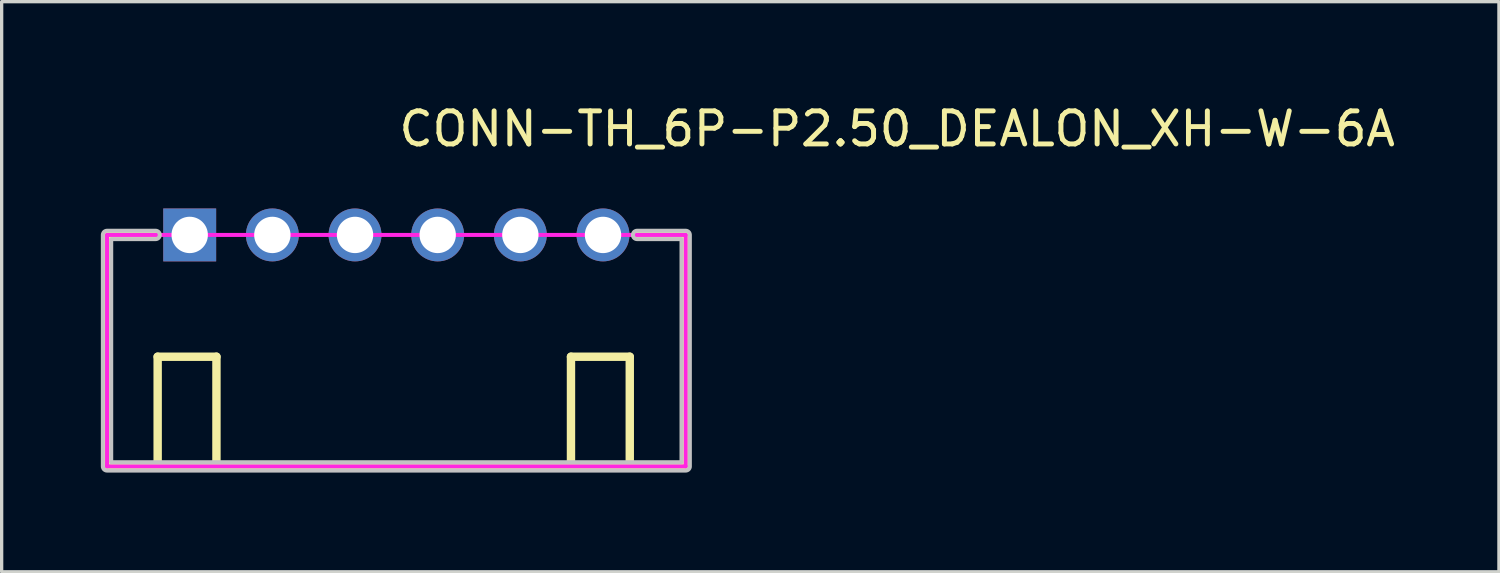
<source format=kicad_pcb>
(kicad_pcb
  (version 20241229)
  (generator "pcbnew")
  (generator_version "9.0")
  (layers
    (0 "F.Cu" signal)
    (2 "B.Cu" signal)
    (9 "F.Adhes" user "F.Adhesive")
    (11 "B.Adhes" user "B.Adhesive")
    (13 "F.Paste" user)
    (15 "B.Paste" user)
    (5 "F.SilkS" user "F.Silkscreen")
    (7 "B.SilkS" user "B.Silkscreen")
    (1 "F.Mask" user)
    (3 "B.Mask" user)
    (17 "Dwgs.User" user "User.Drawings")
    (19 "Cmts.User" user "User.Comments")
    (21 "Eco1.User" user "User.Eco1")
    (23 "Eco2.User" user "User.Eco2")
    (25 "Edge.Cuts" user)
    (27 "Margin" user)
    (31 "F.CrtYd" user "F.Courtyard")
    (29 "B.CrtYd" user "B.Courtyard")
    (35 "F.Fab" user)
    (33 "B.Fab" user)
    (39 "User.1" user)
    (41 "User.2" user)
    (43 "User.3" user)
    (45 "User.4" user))
  (footprint "CONN-TH_6P-P2.50_DEALON_XH-W-6A"
    (layer "F.Cu")
    (at 8.937 4.055)
    (property "Reference" "CONN-TH_6P-P2.50_DEALON_XH-W-6A" (at 0 -3.207 0) (layer "F.SilkS") (effects (font (size 1 1) (thickness 0.15)) (justify left)))
    (attr through_hole)
    (fp_line (start -8.75 0) (end -8.75 7) (stroke (width 0.254) (type solid)) (layer "F.SilkS"))
    (fp_line (start -8.75 7) (end 8.75 7) (stroke (width 0.254) (type solid)) (layer "F.SilkS"))
    (fp_line (start -7.281 0) (end -8.75 0) (stroke (width 0.254) (type solid)) (layer "F.SilkS"))
    (fp_line (start -7.219 3.683) (end -5.441 3.683) (stroke (width 0.254) (type solid)) (layer "F.SilkS"))
    (fp_line (start -7.219 6.985) (end -7.219 3.683) (stroke (width 0.254) (type solid)) (layer "F.SilkS"))
    (fp_line (start -5.441 3.683) (end -5.441 6.985) (stroke (width 0.254) (type solid)) (layer "F.SilkS"))
    (fp_line (start -5.441 6.985) (end -7.219 6.985) (stroke (width 0.254) (type solid)) (layer "F.SilkS"))
    (fp_line (start 5.281 3.683) (end 7.059 3.683) (stroke (width 0.254) (type solid)) (layer "F.SilkS"))
    (fp_line (start 5.281 6.985) (end 5.281 3.683) (stroke (width 0.254) (type solid)) (layer "F.SilkS"))
    (fp_line (start 7.059 3.683) (end 7.059 6.985) (stroke (width 0.254) (type solid)) (layer "F.SilkS"))
    (fp_line (start 7.059 6.985) (end 5.281 6.985) (stroke (width 0.254) (type solid)) (layer "F.SilkS"))
    (fp_line (start 8.75 0) (end 7.281 0) (stroke (width 0.254) (type solid)) (layer "F.SilkS"))
    (fp_line (start 8.75 7) (end 8.75 0) (stroke (width 0.254) (type solid)) (layer "F.SilkS"))
    (fp_poly (pts (xy -7.281 0.127) (xy -8.623 0.127) (xy -8.623 6.873) (xy 8.623 6.873) (xy 8.623 0.127) (xy 7.281 0.127) (xy 7.256 0.125) (xy 7.232 0.117) (xy 7.211 0.106) (xy 7.191 0.09) (xy 7.175 0.071) (xy 7.164 0.049) (xy 7.157 0.025) (xy 7.154 0) (xy 7.157 -0.025) (xy 7.164 -0.049) (xy 7.175 -0.071) (xy 7.191 -0.09) (xy 7.211 -0.106) (xy 7.232 -0.117) (xy 7.256 -0.125) (xy 7.281 -0.127) (xy 8.75 -0.127) (xy 8.775 -0.125) (xy 8.799 -0.117) (xy 8.82 -0.106) (xy 8.84 -0.09) (xy 8.856 -0.071) (xy 8.867 -0.049) (xy 8.874 -0.025) (xy 8.877 0) (xy 8.877 7) (xy 8.875 7.025) (xy 8.867 7.049) (xy 8.856 7.071) (xy 8.84 7.09) (xy 8.821 7.106) (xy 8.799 7.117) (xy 8.775 7.125) (xy 8.75 7.127) (xy -8.75 7.127) (xy -8.775 7.125) (xy -8.799 7.117) (xy -8.821 7.106) (xy -8.84 7.09) (xy -8.856 7.071) (xy -8.867 7.049) (xy -8.875 7.025) (xy -8.877 7) (xy -8.877 0) (xy -8.875 -0.025) (xy -8.867 -0.049) (xy -8.856 -0.071) (xy -8.84 -0.09) (xy -8.821 -0.106) (xy -8.799 -0.117) (xy -8.775 -0.125) (xy -8.75 -0.127) (xy -7.281 -0.127) (xy -7.256 -0.125) (xy -7.233 -0.117) (xy -7.211 -0.106) (xy -7.191 -0.09) (xy -7.176 -0.071) (xy -7.164 -0.049) (xy -7.157 -0.025) (xy -7.154 0) (xy -7.157 0.025) (xy -7.164 0.049) (xy -7.176 0.071) (xy -7.191 0.09) (xy -7.211 0.106) (xy -7.233 0.117) (xy -7.256 0.125) (xy -7.281 0.127)) (stroke (width 0.12) (type solid)) (fill no) (layer "Dwgs.User"))
    (fp_circle (center -8.75 7) (end -8.72 7) (stroke (width 0.06) (type solid)) (fill no) (layer "Eco2.User"))
    (fp_poly (pts (xy -6.57 -0.32) (xy -5.93 -0.32) (xy -5.93 0.32) (xy -6.57 0.32)) (stroke (width 0.12) (type solid)) (fill no) (layer "Eco2.User"))
    (fp_poly (pts (xy -4.07 -0.32) (xy -3.43 -0.32) (xy -3.43 0.32) (xy -4.07 0.32)) (stroke (width 0.12) (type solid)) (fill no) (layer "Eco2.User"))
    (fp_poly (pts (xy -1.57 -0.32) (xy -0.93 -0.32) (xy -0.93 0.32) (xy -1.57 0.32)) (stroke (width 0.12) (type solid)) (fill no) (layer "Eco2.User"))
    (fp_poly (pts (xy 0.93 -0.32) (xy 1.57 -0.32) (xy 1.57 0.32) (xy 0.93 0.32)) (stroke (width 0.12) (type solid)) (fill no) (layer "Eco2.User"))
    (fp_poly (pts (xy 3.43 -0.32) (xy 4.07 -0.32) (xy 4.07 0.32) (xy 3.43 0.32)) (stroke (width 0.12) (type solid)) (fill no) (layer "Eco2.User"))
    (fp_poly (pts (xy 5.93 -0.32) (xy 6.57 -0.32) (xy 6.57 0.32) (xy 5.93 0.32)) (stroke (width 0.12) (type solid)) (fill no) (layer "Eco2.User"))
    (fp_line (start -8.75 0) (end 8.75 0) (stroke (width 0.12) (type solid)) (layer "F.CrtYd"))
    (fp_line (start -8.75 7) (end -8.75 0) (stroke (width 0.12) (type solid)) (layer "F.CrtYd"))
    (fp_line (start 8.75 0) (end 8.75 7) (stroke (width 0.12) (type solid)) (layer "F.CrtYd"))
    (fp_line (start 8.75 7) (end -8.75 7) (stroke (width 0.12) (type solid)) (layer "F.CrtYd"))
    (pad "1" thru_hole rect (at -6.25 0) (size 1.6 1.6) (drill 1.1) (layers "*.Cu" "*.Mask"))
    (pad "2" thru_hole circle (at -3.75 0) (size 1.6 1.6) (drill 1.1) (layers "*.Cu" "*.Mask"))
    (pad "3" thru_hole circle (at -1.25 0) (size 1.6 1.6) (drill 1.1) (layers "*.Cu" "*.Mask"))
    (pad "4" thru_hole circle (at 1.25 0) (size 1.6 1.6) (drill 1.1) (layers "*.Cu" "*.Mask"))
    (pad "5" thru_hole circle (at 3.75 0) (size 1.6 1.6) (drill 1.1) (layers "*.Cu" "*.Mask"))
    (pad "6" thru_hole circle (at 6.25 0) (size 1.6 1.6) (drill 1.1) (layers "*.Cu" "*.Mask")))
  (gr_rect
    (start -3 -3)
    (end 42.282 14.242)
    (stroke (width 0.1) (type default))
    (fill no)
    (layer "Edge.Cuts")))
</source>
